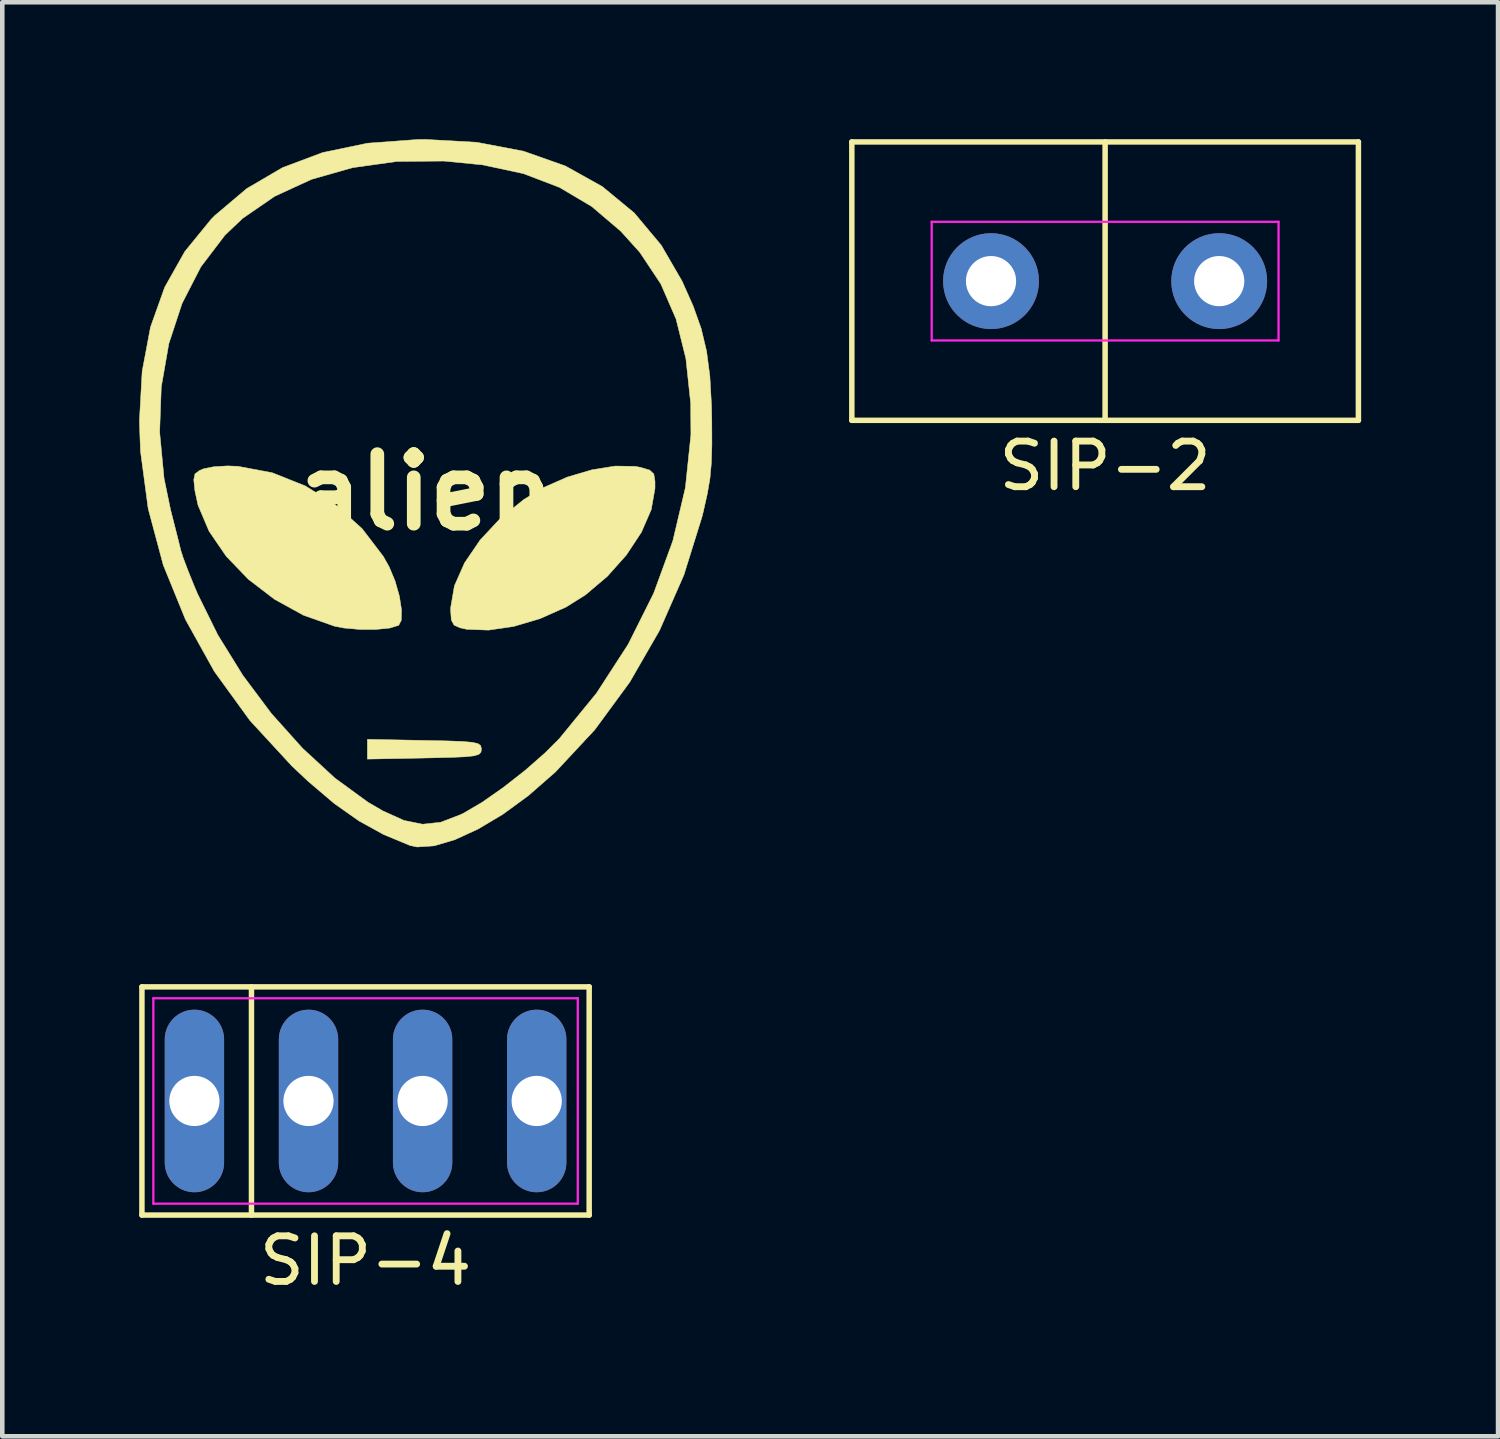
<source format=kicad_pcb>
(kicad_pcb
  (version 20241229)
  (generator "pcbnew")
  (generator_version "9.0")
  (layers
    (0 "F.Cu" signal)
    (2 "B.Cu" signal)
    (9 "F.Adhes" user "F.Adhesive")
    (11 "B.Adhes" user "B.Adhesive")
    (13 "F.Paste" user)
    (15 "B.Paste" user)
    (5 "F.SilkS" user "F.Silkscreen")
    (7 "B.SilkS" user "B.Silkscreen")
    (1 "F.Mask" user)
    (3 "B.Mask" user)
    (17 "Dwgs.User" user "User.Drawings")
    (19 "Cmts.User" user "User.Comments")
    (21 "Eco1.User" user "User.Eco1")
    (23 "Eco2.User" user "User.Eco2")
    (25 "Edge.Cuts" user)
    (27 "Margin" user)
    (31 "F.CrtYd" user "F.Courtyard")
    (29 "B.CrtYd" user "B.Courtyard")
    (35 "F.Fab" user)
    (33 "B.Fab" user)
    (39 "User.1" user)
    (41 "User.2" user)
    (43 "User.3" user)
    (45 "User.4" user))
  (footprint "SIP-4"
    (layer "F.Cu")
    (at 4.96 21.074)
    (property "Reference" "SIP-4" (at 0 3.5 0) (layer "F.SilkS") (effects (font (size 1 1) (thickness 0.15))))
    (attr through_hole)
    (fp_line (start -4.9 -2.5) (end 4.9 -2.5) (stroke (width 0.12) (type solid)) (layer "F.SilkS"))
    (fp_line (start -4.9 2.5) (end -4.9 -2.5) (stroke (width 0.12) (type solid)) (layer "F.SilkS"))
    (fp_line (start -2.5 -2.5) (end -2.5 2.5) (stroke (width 0.12) (type solid)) (layer "F.SilkS"))
    (fp_line (start 4.9 -2.5) (end 4.9 2.5) (stroke (width 0.12) (type solid)) (layer "F.SilkS"))
    (fp_line (start 4.9 2.5) (end -4.9 2.5) (stroke (width 0.12) (type solid)) (layer "F.SilkS"))
    (fp_line (start -4.65 -2.25) (end 4.65 -2.25) (stroke (width 0.05) (type solid)) (layer "F.CrtYd"))
    (fp_line (start -4.65 2.25) (end -4.65 -2.25) (stroke (width 0.05) (type solid)) (layer "F.CrtYd"))
    (fp_line (start 4.65 -2.25) (end 4.65 2.25) (stroke (width 0.05) (type solid)) (layer "F.CrtYd"))
    (fp_line (start 4.65 2.25) (end -4.65 2.25) (stroke (width 0.05) (type solid)) (layer "F.CrtYd"))
    (pad "1" thru_hole oval (at -3.75 0) (size 1.3 4) (drill 1.1) (layers "*.Cu" "*.Mask"))
    (pad "2" thru_hole oval (at -1.25 0) (size 1.3 4) (drill 1.1) (layers "*.Cu" "*.Mask"))
    (pad "3" thru_hole oval (at 1.25 0) (size 1.3 4) (drill 1.1) (layers "*.Cu" "*.Mask"))
    (pad "4" thru_hole oval (at 3.75 0) (size 1.3 4) (drill 1.1) (layers "*.Cu" "*.Mask")))
  (footprint "SIP-2"
    (layer "F.Cu")
    (at 21.165 3.11)
    (property "Reference" "SIP-2" (at 0 4.05 0) (layer "F.SilkS") (effects (font (size 1 1) (thickness 0.15))))
    (attr through_hole)
    (fp_line (start -5.55 -3.05) (end 5.55 -3.05) (stroke (width 0.12) (type solid)) (layer "F.SilkS"))
    (fp_line (start -5.55 3.05) (end -5.55 -3.05) (stroke (width 0.12) (type solid)) (layer "F.SilkS"))
    (fp_line (start 0 -3.05) (end 0 3.05) (stroke (width 0.12) (type solid)) (layer "F.SilkS"))
    (fp_line (start 5.55 -3.05) (end 5.55 3.05) (stroke (width 0.12) (type solid)) (layer "F.SilkS"))
    (fp_line (start 5.55 3.05) (end -5.55 3.05) (stroke (width 0.12) (type solid)) (layer "F.SilkS"))
    (fp_line (start -3.8 -1.3) (end 3.8 -1.3) (stroke (width 0.05) (type solid)) (layer "F.CrtYd"))
    (fp_line (start -3.8 1.3) (end -3.8 -1.3) (stroke (width 0.05) (type solid)) (layer "F.CrtYd"))
    (fp_line (start 3.8 -1.3) (end 3.8 1.3) (stroke (width 0.05) (type solid)) (layer "F.CrtYd"))
    (fp_line (start 3.8 1.3) (end -3.8 1.3) (stroke (width 0.05) (type solid)) (layer "F.CrtYd"))
    (pad "1" thru_hole circle (at -2.5 0) (size 2.1 2.1) (drill 1.1) (layers "*.Cu" "*.Mask"))
    (pad "2" thru_hole circle (at 2.5 0) (size 2.1 2.1) (drill 1.1) (layers "*.Cu" "*.Mask")))
  (footprint "alien"
    (layer "F.Cu")
    (at 6.27 7.736)
    (property "Reference" "alien" (at 0 0 0) (layer "F.SilkS") (effects (font (size 1.524 1.524) (thickness 0.3))))
    (attr through_hole)
    (fp_poly (pts (xy -0.021 5.438) (xy 0.462 5.448) (xy 0.802 5.46) (xy 1.023 5.479) (xy 1.151 5.507) (xy 1.21 5.549) (xy 1.227 5.608) (xy 1.228 5.63) (xy 1.219 5.696) (xy 1.174 5.743) (xy 1.07 5.775) (xy 0.88 5.796) (xy 0.579 5.809) (xy 0.141 5.82) (xy -0.021 5.823) (xy -1.27 5.847) (xy -1.27 5.414) (xy -0.021 5.438)) (stroke (width 0.01) (type solid)) (fill yes) (layer "F.SilkS"))
    (fp_poly (pts (xy -4.106 -0.568) (xy -3.357 -0.428) (xy -2.633 -0.14) (xy -1.966 0.275) (xy -1.385 0.798) (xy -0.921 1.406) (xy -0.792 1.636) (xy -0.662 1.948) (xy -0.569 2.276) (xy -0.522 2.577) (xy -0.528 2.807) (xy -0.584 2.916) (xy -0.778 2.975) (xy -1.081 3.006) (xy -1.435 3.006) (xy -1.784 2.975) (xy -1.99 2.935) (xy -2.668 2.696) (xy -3.306 2.345) (xy -3.878 1.907) (xy -4.364 1.402) (xy -4.739 0.854) (xy -4.981 0.284) (xy -5.049 -0.032) (xy -5.074 -0.272) (xy -5.048 -0.401) (xy -4.948 -0.477) (xy -4.858 -0.514) (xy -4.639 -0.559) (xy -4.331 -0.577) (xy -4.106 -0.568)) (stroke (width 0.01) (type solid)) (fill yes) (layer "F.SilkS"))
    (fp_poly (pts (xy 4.6 -0.567) (xy 4.715 -0.545) (xy 4.913 -0.486) (xy 5.006 -0.402) (xy 5.032 -0.239) (xy 5.032 -0.084) (xy 4.95 0.38) (xy 4.734 0.877) (xy 4.406 1.374) (xy 3.989 1.842) (xy 3.507 2.25) (xy 3.081 2.517) (xy 2.512 2.77) (xy 1.933 2.941) (xy 1.383 3.021) (xy 0.907 3.003) (xy 0.762 2.971) (xy 0.63 2.912) (xy 0.569 2.801) (xy 0.554 2.585) (xy 0.555 2.528) (xy 0.637 2.05) (xy 0.86 1.547) (xy 1.201 1.047) (xy 1.641 0.575) (xy 2.158 0.159) (xy 2.591 -0.104) (xy 3.112 -0.333) (xy 3.651 -0.492) (xy 4.163 -0.574) (xy 4.6 -0.567)) (stroke (width 0.01) (type solid)) (fill yes) (layer "F.SilkS"))
    (fp_poly (pts (xy 1.126 -7.668) (xy 2.149 -7.474) (xy 3.067 -7.15) (xy 3.878 -6.698) (xy 4.579 -6.119) (xy 5.169 -5.413) (xy 5.626 -4.625) (xy 5.868 -4.082) (xy 6.044 -3.587) (xy 6.162 -3.092) (xy 6.234 -2.547) (xy 6.27 -1.905) (xy 6.277 -1.566) (xy 6.279 -1.051) (xy 6.268 -0.65) (xy 6.237 -0.308) (xy 6.18 0.028) (xy 6.093 0.415) (xy 6.059 0.55) (xy 5.665 1.814) (xy 5.133 3.025) (xy 4.478 4.162) (xy 3.713 5.204) (xy 2.851 6.129) (xy 2.256 6.649) (xy 1.702 7.054) (xy 1.159 7.378) (xy 0.648 7.613) (xy 0.194 7.748) (xy -0.18 7.773) (xy -0.339 7.739) (xy -0.916 7.499) (xy -1.457 7.2) (xy -1.996 6.82) (xy -2.569 6.333) (xy -2.927 5.996) (xy -3.844 5.001) (xy -4.623 3.927) (xy -5.257 2.787) (xy -5.743 1.594) (xy -6.073 0.36) (xy -6.242 -0.903) (xy -6.257 -1.316) (xy -5.822 -1.316) (xy -5.725 -0.304) (xy -5.583 0.381) (xy -5.495 0.727) (xy -5.418 1.032) (xy -5.366 1.242) (xy -5.36 1.27) (xy -5.305 1.44) (xy -5.2 1.718) (xy -5.064 2.054) (xy -4.995 2.218) (xy -4.547 3.127) (xy -3.999 4.012) (xy -3.374 4.848) (xy -2.694 5.607) (xy -1.981 6.264) (xy -1.259 6.791) (xy -0.931 6.982) (xy -0.466 7.192) (xy -0.06 7.274) (xy 0.337 7.231) (xy 0.774 7.063) (xy 0.838 7.032) (xy 1.244 6.794) (xy 1.711 6.467) (xy 2.191 6.091) (xy 2.631 5.704) (xy 2.937 5.398) (xy 3.752 4.401) (xy 4.443 3.334) (xy 5.002 2.216) (xy 5.423 1.065) (xy 5.698 -0.1) (xy 5.819 -1.259) (xy 5.814 -1.947) (xy 5.709 -2.929) (xy 5.494 -3.795) (xy 5.16 -4.564) (xy 4.701 -5.255) (xy 4.283 -5.719) (xy 3.645 -6.262) (xy 2.939 -6.68) (xy 2.148 -6.982) (xy 1.252 -7.174) (xy 0.404 -7.257) (xy -0.624 -7.248) (xy -1.596 -7.112) (xy -2.494 -6.856) (xy -3.301 -6.485) (xy -4 -6.004) (xy -4.391 -5.633) (xy -4.919 -4.939) (xy -5.33 -4.139) (xy -5.621 -3.254) (xy -5.786 -2.307) (xy -5.822 -1.316) (xy -6.257 -1.316) (xy -6.265 -1.568) (xy -6.205 -2.649) (xy -6.022 -3.62) (xy -5.711 -4.492) (xy -5.27 -5.275) (xy -4.694 -5.981) (xy -4.614 -6.062) (xy -3.915 -6.653) (xy -3.13 -7.113) (xy -2.251 -7.443) (xy -1.269 -7.648) (xy -0.177 -7.729) (xy 0 -7.731) (xy 1.126 -7.668)) (stroke (width 0.01) (type solid)) (fill yes) (layer "F.SilkS")))
  (gr_rect
    (start -3 -3)
    (end 29.775 28.422)
    (stroke (width 0.1) (type default))
    (fill no)
    (layer "Edge.Cuts")))
</source>
